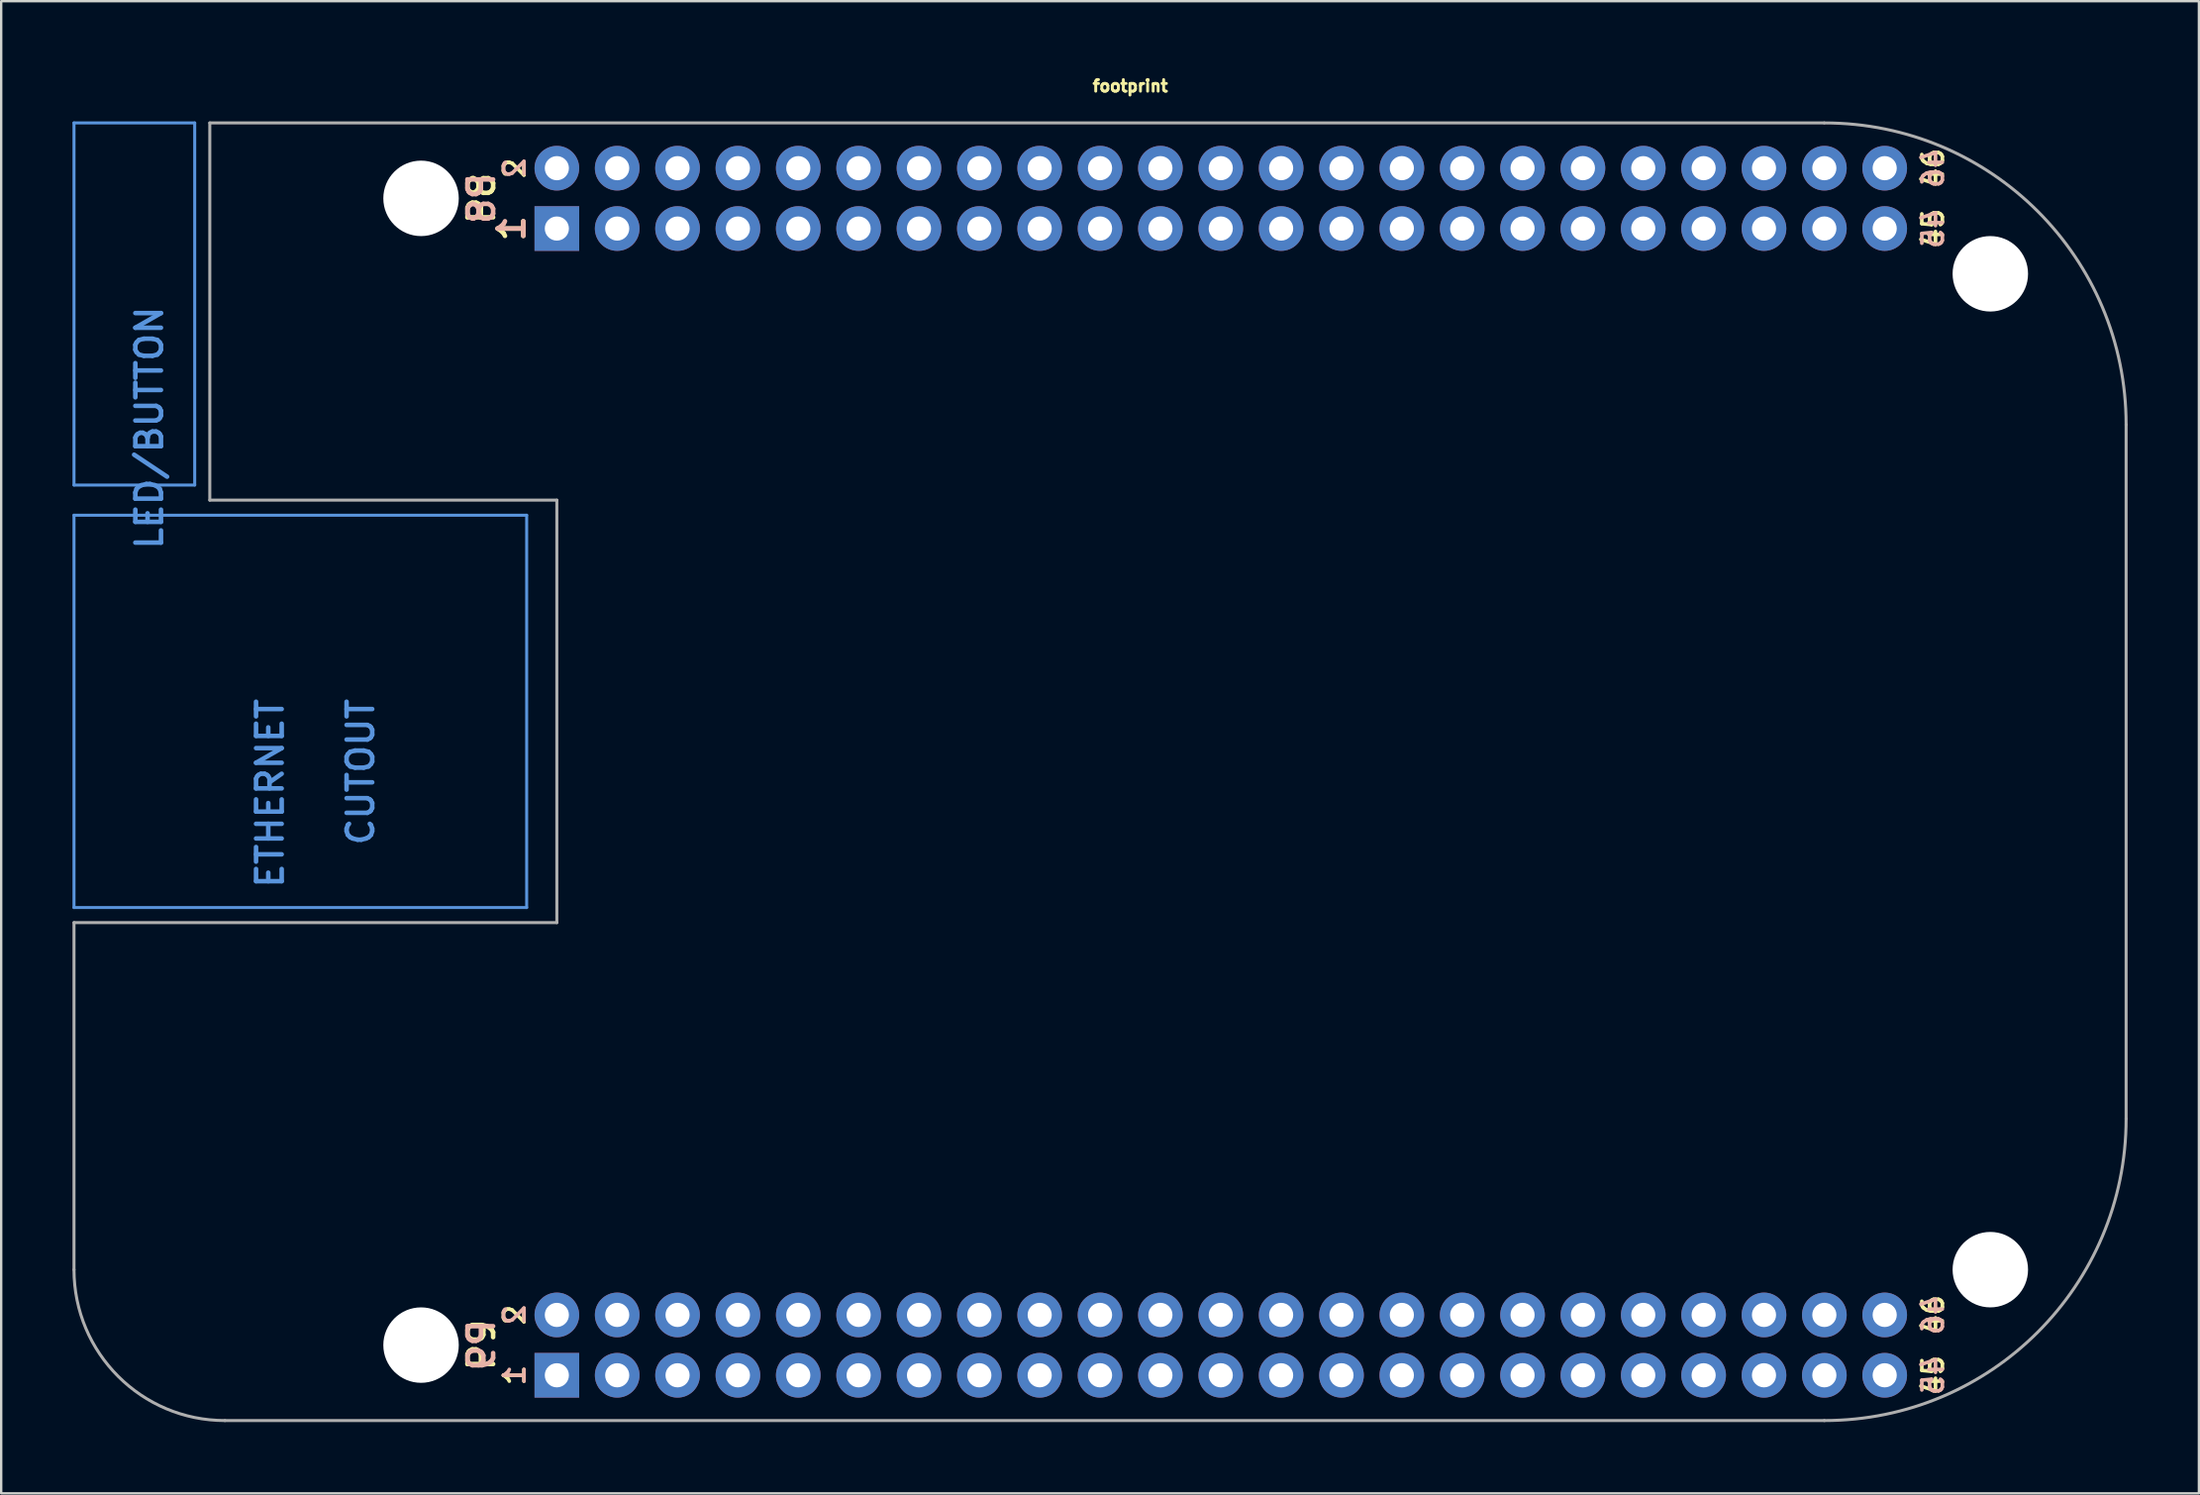
<source format=kicad_pcb>
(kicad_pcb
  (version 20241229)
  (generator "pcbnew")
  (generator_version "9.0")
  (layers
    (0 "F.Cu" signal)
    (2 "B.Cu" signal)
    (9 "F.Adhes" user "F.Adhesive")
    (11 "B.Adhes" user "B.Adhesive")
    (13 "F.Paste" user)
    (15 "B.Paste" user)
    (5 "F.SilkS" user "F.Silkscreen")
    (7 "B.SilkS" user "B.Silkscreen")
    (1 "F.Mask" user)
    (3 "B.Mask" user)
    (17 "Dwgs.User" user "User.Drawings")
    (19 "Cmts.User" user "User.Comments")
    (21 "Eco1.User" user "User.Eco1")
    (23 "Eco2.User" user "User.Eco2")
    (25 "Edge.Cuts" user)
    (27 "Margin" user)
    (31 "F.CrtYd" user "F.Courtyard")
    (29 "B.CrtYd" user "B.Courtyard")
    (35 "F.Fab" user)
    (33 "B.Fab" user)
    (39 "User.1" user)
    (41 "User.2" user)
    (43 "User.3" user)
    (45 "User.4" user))
  (footprint "footprint"
    (layer "F.Cu")
    (at 44.514 27.523)
    (property "Reference" "footprint" (at 0 -26.67 0) (layer "F.SilkS") (effects (font (size 0.488 0.488) (thickness 0.122)) (justify bottom)))
    (fp_line (start -44.45 -25.4) (end -44.45 -10.16) (stroke (width 0.127) (type solid)) (layer "Cmts.User"))
    (fp_line (start -44.45 -10.16) (end -39.37 -10.16) (stroke (width 0.127) (type solid)) (layer "Cmts.User"))
    (fp_line (start -44.45 -8.89) (end -44.45 7.62) (stroke (width 0.127) (type solid)) (layer "Cmts.User"))
    (fp_line (start -44.45 7.62) (end -25.4 7.62) (stroke (width 0.127) (type solid)) (layer "Cmts.User"))
    (fp_line (start -39.37 -25.4) (end -44.45 -25.4) (stroke (width 0.127) (type solid)) (layer "Cmts.User"))
    (fp_line (start -39.37 -10.16) (end -39.37 -25.4) (stroke (width 0.127) (type solid)) (layer "Cmts.User"))
    (fp_line (start -25.4 -8.89) (end -44.45 -8.89) (stroke (width 0.127) (type solid)) (layer "Cmts.User"))
    (fp_line (start -25.4 7.62) (end -25.4 -8.89) (stroke (width 0.127) (type solid)) (layer "Cmts.User"))
    (fp_line (start -44.45 8.255) (end -44.45 22.86) (stroke (width 0.127) (type solid)) (layer "F.Fab"))
    (fp_line (start -44.45 8.255) (end -24.13 8.255) (stroke (width 0.127) (type solid)) (layer "F.Fab"))
    (fp_line (start -38.735 -9.525) (end -38.735 -25.4) (stroke (width 0.127) (type solid)) (layer "F.Fab"))
    (fp_line (start -38.735 -9.525) (end -24.13 -9.525) (stroke (width 0.127) (type solid)) (layer "F.Fab"))
    (fp_line (start -38.1 29.21) (end 29.21 29.21) (stroke (width 0.127) (type solid)) (layer "F.Fab"))
    (fp_line (start -24.13 8.255) (end -24.13 -9.525) (stroke (width 0.127) (type solid)) (layer "F.Fab"))
    (fp_line (start 29.21 -25.4) (end -38.735 -25.4) (stroke (width 0.127) (type solid)) (layer "F.Fab"))
    (fp_line (start 41.91 16.51) (end 41.91 -12.7) (stroke (width 0.127) (type solid)) (layer "F.Fab"))
    (fp_arc (start -38.1 29.21) (mid -42.590128 27.350128) (end -44.45 22.86) (stroke (width 0.127) (type solid)) (layer "F.Fab"))
    (fp_arc (start 29.21 -25.4) (mid 38.190256 -21.680256) (end 41.91 -12.7) (stroke (width 0.127) (type solid)) (layer "F.Fab"))
    (fp_arc (start 41.91 16.51) (mid 38.190256 25.490256) (end 29.21 29.21) (stroke (width 0.127) (type solid)) (layer "F.Fab"))
    (fp_text user "1" (at -25.4 -20.955 90) (layer "F.SilkS") (effects (font (size 1.079 1.079) (thickness 0.191)) (justify bottom)))
    (fp_text user "2" (at -25.4 24.765 90) (layer "F.SilkS") (effects (font (size 0.864 0.864) (thickness 0.152)) (justify bottom)))
    (fp_text user "P9" (at -26.67 26.035 90) (layer "F.SilkS") (effects (font (size 1.079 1.079) (thickness 0.191)) (justify bottom)))
    (fp_text user "P8" (at -26.67 -22.225 90) (layer "F.SilkS") (effects (font (size 1.079 1.079) (thickness 0.191)) (justify bottom)))
    (fp_text user "1" (at -25.4 27.305 90) (layer "F.SilkS") (effects (font (size 0.864 0.864) (thickness 0.152)) (justify bottom)))
    (fp_text user "46" (at 34.29 -23.495 90) (layer "F.SilkS") (effects (font (size 0.864 0.864) (thickness 0.152)) (justify bottom)))
    (fp_text user "2" (at -25.4 -23.495 90) (layer "F.SilkS") (effects (font (size 0.864 0.864) (thickness 0.152)) (justify bottom)))
    (fp_text user "45" (at 34.29 -20.955 90) (layer "F.SilkS") (effects (font (size 0.864 0.864) (thickness 0.152)) (justify bottom)))
    (fp_text user "45" (at 34.29 27.305 90) (layer "F.SilkS") (effects (font (size 0.864 0.864) (thickness 0.152)) (justify bottom)))
    (fp_text user "46" (at 34.29 24.765 90) (layer "F.SilkS") (effects (font (size 0.864 0.864) (thickness 0.152)) (justify bottom)))
    (fp_text user "1" (at -25.4 -20.955 90) (layer "B.SilkS") (effects (font (size 1.079 1.079) (thickness 0.191)) (justify bottom mirror)))
    (fp_text user "P9" (at -26.67 26.035 90) (layer "B.SilkS") (effects (font (size 1.079 1.079) (thickness 0.191)) (justify bottom mirror)))
    (fp_text user "2" (at -25.4 -23.495 90) (layer "B.SilkS") (effects (font (size 0.864 0.864) (thickness 0.152)) (justify bottom mirror)))
    (fp_text user "2" (at -25.4 24.765 90) (layer "B.SilkS") (effects (font (size 0.864 0.864) (thickness 0.152)) (justify bottom mirror)))
    (fp_text user "46" (at 34.29 24.765 90) (layer "B.SilkS") (effects (font (size 0.864 0.864) (thickness 0.152)) (justify bottom mirror)))
    (fp_text user "46" (at 34.29 -23.495 90) (layer "B.SilkS") (effects (font (size 0.864 0.864) (thickness 0.152)) (justify bottom mirror)))
    (fp_text user "45" (at 34.29 27.305 90) (layer "B.SilkS") (effects (font (size 0.864 0.864) (thickness 0.152)) (justify bottom mirror)))
    (fp_text user "1" (at -25.4 27.305 90) (layer "B.SilkS") (effects (font (size 0.864 0.864) (thickness 0.152)) (justify bottom mirror)))
    (fp_text user "P8" (at -26.67 -22.225 90) (layer "B.SilkS") (effects (font (size 1.079 1.079) (thickness 0.191)) (justify bottom mirror)))
    (fp_text user "45" (at 34.29 -20.955 90) (layer "B.SilkS") (effects (font (size 0.864 0.864) (thickness 0.152)) (justify bottom mirror)))
    (fp_text user "LED/BUTTON" (at -41.91 -17.78 90) (layer "Cmts.User") (effects (font (size 1.079 1.079) (thickness 0.191)) (justify right top)))
    (fp_text user "CUTOUT" (at -33.02 -1.27 90) (layer "Cmts.User") (effects (font (size 1.079 1.079) (thickness 0.191)) (justify right top)))
    (fp_text user "ETHERNET" (at -36.83 -1.27 90) (layer "Cmts.User") (effects (font (size 1.079 1.079) (thickness 0.191)) (justify right top)))
    (pad "" np_thru_hole circle (at -29.845 -22.225) (size 3.175 3.175) (drill 3.175) (layers "*.Cu" "*.Mask"))
    (pad "" np_thru_hole circle (at -29.845 26.035) (size 3.175 3.175) (drill 3.175) (layers "*.Cu" "*.Mask"))
    (pad "" np_thru_hole circle (at 36.195 -19.05) (size 3.175 3.175) (drill 3.175) (layers "*.Cu" "*.Mask"))
    (pad "" np_thru_hole circle (at 36.195 22.86) (size 3.175 3.175) (drill 3.175) (layers "*.Cu" "*.Mask"))
    (pad "P8.1" thru_hole rect (at -24.13 -20.955) (size 1.88 1.88) (drill 1.016) (layers "*.Cu" "*.Mask"))
    (pad "P8.2" thru_hole circle (at -24.13 -23.495) (size 1.88 1.88) (drill 1.016) (layers "*.Cu" "*.Mask"))
    (pad "P8.3" thru_hole circle (at -21.59 -20.955) (size 1.88 1.88) (drill 1.016) (layers "*.Cu" "*.Mask"))
    (pad "P8.4" thru_hole circle (at -21.59 -23.495) (size 1.88 1.88) (drill 1.016) (layers "*.Cu" "*.Mask"))
    (pad "P8.5" thru_hole circle (at -19.05 -20.955) (size 1.88 1.88) (drill 1.016) (layers "*.Cu" "*.Mask"))
    (pad "P8.6" thru_hole circle (at -19.05 -23.495) (size 1.88 1.88) (drill 1.016) (layers "*.Cu" "*.Mask"))
    (pad "P8.7" thru_hole circle (at -16.51 -20.955) (size 1.88 1.88) (drill 1.016) (layers "*.Cu" "*.Mask"))
    (pad "P8.8" thru_hole circle (at -16.51 -23.495) (size 1.88 1.88) (drill 1.016) (layers "*.Cu" "*.Mask"))
    (pad "P8.9" thru_hole circle (at -13.97 -20.955) (size 1.88 1.88) (drill 1.016) (layers "*.Cu" "*.Mask"))
    (pad "P8.10" thru_hole circle (at -13.97 -23.495) (size 1.88 1.88) (drill 1.016) (layers "*.Cu" "*.Mask"))
    (pad "P8.11" thru_hole circle (at -11.43 -20.955) (size 1.88 1.88) (drill 1.016) (layers "*.Cu" "*.Mask"))
    (pad "P8.12" thru_hole circle (at -11.43 -23.495) (size 1.88 1.88) (drill 1.016) (layers "*.Cu" "*.Mask"))
    (pad "P8.13" thru_hole circle (at -8.89 -20.955) (size 1.88 1.88) (drill 1.016) (layers "*.Cu" "*.Mask"))
    (pad "P8.14" thru_hole circle (at -8.89 -23.495) (size 1.88 1.88) (drill 1.016) (layers "*.Cu" "*.Mask"))
    (pad "P8.15" thru_hole circle (at -6.35 -20.955) (size 1.88 1.88) (drill 1.016) (layers "*.Cu" "*.Mask"))
    (pad "P8.16" thru_hole circle (at -6.35 -23.495) (size 1.88 1.88) (drill 1.016) (layers "*.Cu" "*.Mask"))
    (pad "P8.17" thru_hole circle (at -3.81 -20.955) (size 1.88 1.88) (drill 1.016) (layers "*.Cu" "*.Mask"))
    (pad "P8.18" thru_hole circle (at -3.81 -23.495) (size 1.88 1.88) (drill 1.016) (layers "*.Cu" "*.Mask"))
    (pad "P8.19" thru_hole circle (at -1.27 -20.955) (size 1.88 1.88) (drill 1.016) (layers "*.Cu" "*.Mask"))
    (pad "P8.20" thru_hole circle (at -1.27 -23.495) (size 1.88 1.88) (drill 1.016) (layers "*.Cu" "*.Mask"))
    (pad "P8.21" thru_hole circle (at 1.27 -20.955) (size 1.88 1.88) (drill 1.016) (layers "*.Cu" "*.Mask"))
    (pad "P8.22" thru_hole circle (at 1.27 -23.495) (size 1.88 1.88) (drill 1.016) (layers "*.Cu" "*.Mask"))
    (pad "P8.23" thru_hole circle (at 3.81 -20.955) (size 1.88 1.88) (drill 1.016) (layers "*.Cu" "*.Mask"))
    (pad "P8.24" thru_hole circle (at 3.81 -23.495) (size 1.88 1.88) (drill 1.016) (layers "*.Cu" "*.Mask"))
    (pad "P8.25" thru_hole circle (at 6.35 -20.955) (size 1.88 1.88) (drill 1.016) (layers "*.Cu" "*.Mask"))
    (pad "P8.26" thru_hole circle (at 6.35 -23.495) (size 1.88 1.88) (drill 1.016) (layers "*.Cu" "*.Mask"))
    (pad "P8.27" thru_hole circle (at 8.89 -20.955) (size 1.88 1.88) (drill 1.016) (layers "*.Cu" "*.Mask"))
    (pad "P8.28" thru_hole circle (at 8.89 -23.495) (size 1.88 1.88) (drill 1.016) (layers "*.Cu" "*.Mask"))
    (pad "P8.29" thru_hole circle (at 11.43 -20.955) (size 1.88 1.88) (drill 1.016) (layers "*.Cu" "*.Mask"))
    (pad "P8.30" thru_hole circle (at 11.43 -23.495) (size 1.88 1.88) (drill 1.016) (layers "*.Cu" "*.Mask"))
    (pad "P8.31" thru_hole circle (at 13.97 -20.955) (size 1.88 1.88) (drill 1.016) (layers "*.Cu" "*.Mask"))
    (pad "P8.32" thru_hole circle (at 13.97 -23.495) (size 1.88 1.88) (drill 1.016) (layers "*.Cu" "*.Mask"))
    (pad "P8.33" thru_hole circle (at 16.51 -20.955) (size 1.88 1.88) (drill 1.016) (layers "*.Cu" "*.Mask"))
    (pad "P8.34" thru_hole circle (at 16.51 -23.495) (size 1.88 1.88) (drill 1.016) (layers "*.Cu" "*.Mask"))
    (pad "P8.35" thru_hole circle (at 19.05 -20.955) (size 1.88 1.88) (drill 1.016) (layers "*.Cu" "*.Mask"))
    (pad "P8.36" thru_hole circle (at 19.05 -23.495) (size 1.88 1.88) (drill 1.016) (layers "*.Cu" "*.Mask"))
    (pad "P8.37" thru_hole circle (at 21.59 -20.955) (size 1.88 1.88) (drill 1.016) (layers "*.Cu" "*.Mask"))
    (pad "P8.38" thru_hole circle (at 21.59 -23.495) (size 1.88 1.88) (drill 1.016) (layers "*.Cu" "*.Mask"))
    (pad "P8.39" thru_hole circle (at 24.13 -20.955) (size 1.88 1.88) (drill 1.016) (layers "*.Cu" "*.Mask"))
    (pad "P8.40" thru_hole circle (at 24.13 -23.495) (size 1.88 1.88) (drill 1.016) (layers "*.Cu" "*.Mask"))
    (pad "P8.41" thru_hole circle (at 26.67 -20.955) (size 1.88 1.88) (drill 1.016) (layers "*.Cu" "*.Mask"))
    (pad "P8.42" thru_hole circle (at 26.67 -23.495) (size 1.88 1.88) (drill 1.016) (layers "*.Cu" "*.Mask"))
    (pad "P8.43" thru_hole circle (at 29.21 -20.955) (size 1.88 1.88) (drill 1.016) (layers "*.Cu" "*.Mask"))
    (pad "P8.44" thru_hole circle (at 29.21 -23.495) (size 1.88 1.88) (drill 1.016) (layers "*.Cu" "*.Mask"))
    (pad "P8.45" thru_hole circle (at 31.75 -20.955) (size 1.88 1.88) (drill 1.016) (layers "*.Cu" "*.Mask"))
    (pad "P8.46" thru_hole circle (at 31.75 -23.495) (size 1.88 1.88) (drill 1.016) (layers "*.Cu" "*.Mask"))
    (pad "P9.1" thru_hole rect (at -24.13 27.305) (size 1.88 1.88) (drill 1.016) (layers "*.Cu" "*.Mask"))
    (pad "P9.2" thru_hole circle (at -24.13 24.765) (size 1.88 1.88) (drill 1.016) (layers "*.Cu" "*.Mask"))
    (pad "P9.3" thru_hole circle (at -21.59 27.305) (size 1.88 1.88) (drill 1.016) (layers "*.Cu" "*.Mask"))
    (pad "P9.4" thru_hole circle (at -21.59 24.765) (size 1.88 1.88) (drill 1.016) (layers "*.Cu" "*.Mask"))
    (pad "P9.5" thru_hole circle (at -19.05 27.305) (size 1.88 1.88) (drill 1.016) (layers "*.Cu" "*.Mask"))
    (pad "P9.6" thru_hole circle (at -19.05 24.765) (size 1.88 1.88) (drill 1.016) (layers "*.Cu" "*.Mask"))
    (pad "P9.7" thru_hole circle (at -16.51 27.305) (size 1.88 1.88) (drill 1.016) (layers "*.Cu" "*.Mask"))
    (pad "P9.8" thru_hole circle (at -16.51 24.765) (size 1.88 1.88) (drill 1.016) (layers "*.Cu" "*.Mask"))
    (pad "P9.9" thru_hole circle (at -13.97 27.305) (size 1.88 1.88) (drill 1.016) (layers "*.Cu" "*.Mask"))
    (pad "P9.10" thru_hole circle (at -13.97 24.765) (size 1.88 1.88) (drill 1.016) (layers "*.Cu" "*.Mask"))
    (pad "P9.11" thru_hole circle (at -11.43 27.305) (size 1.88 1.88) (drill 1.016) (layers "*.Cu" "*.Mask"))
    (pad "P9.12" thru_hole circle (at -11.43 24.765) (size 1.88 1.88) (drill 1.016) (layers "*.Cu" "*.Mask"))
    (pad "P9.13" thru_hole circle (at -8.89 27.305) (size 1.88 1.88) (drill 1.016) (layers "*.Cu" "*.Mask"))
    (pad "P9.14" thru_hole circle (at -8.89 24.765) (size 1.88 1.88) (drill 1.016) (layers "*.Cu" "*.Mask"))
    (pad "P9.15" thru_hole circle (at -6.35 27.305) (size 1.88 1.88) (drill 1.016) (layers "*.Cu" "*.Mask"))
    (pad "P9.16" thru_hole circle (at -6.35 24.765) (size 1.88 1.88) (drill 1.016) (layers "*.Cu" "*.Mask"))
    (pad "P9.17" thru_hole circle (at -3.81 27.305) (size 1.88 1.88) (drill 1.016) (layers "*.Cu" "*.Mask"))
    (pad "P9.18" thru_hole circle (at -3.81 24.765) (size 1.88 1.88) (drill 1.016) (layers "*.Cu" "*.Mask"))
    (pad "P9.19" thru_hole circle (at -1.27 27.305) (size 1.88 1.88) (drill 1.016) (layers "*.Cu" "*.Mask"))
    (pad "P9.20" thru_hole circle (at -1.27 24.765) (size 1.88 1.88) (drill 1.016) (layers "*.Cu" "*.Mask"))
    (pad "P9.21" thru_hole circle (at 1.27 27.305) (size 1.88 1.88) (drill 1.016) (layers "*.Cu" "*.Mask"))
    (pad "P9.22" thru_hole circle (at 1.27 24.765) (size 1.88 1.88) (drill 1.016) (layers "*.Cu" "*.Mask"))
    (pad "P9.23" thru_hole circle (at 3.81 27.305) (size 1.88 1.88) (drill 1.016) (layers "*.Cu" "*.Mask"))
    (pad "P9.24" thru_hole circle (at 3.81 24.765) (size 1.88 1.88) (drill 1.016) (layers "*.Cu" "*.Mask"))
    (pad "P9.25" thru_hole circle (at 6.35 27.305) (size 1.88 1.88) (drill 1.016) (layers "*.Cu" "*.Mask"))
    (pad "P9.26" thru_hole circle (at 6.35 24.765) (size 1.88 1.88) (drill 1.016) (layers "*.Cu" "*.Mask"))
    (pad "P9.27" thru_hole circle (at 8.89 27.305) (size 1.88 1.88) (drill 1.016) (layers "*.Cu" "*.Mask"))
    (pad "P9.28" thru_hole circle (at 8.89 24.765) (size 1.88 1.88) (drill 1.016) (layers "*.Cu" "*.Mask"))
    (pad "P9.29" thru_hole circle (at 11.43 27.305) (size 1.88 1.88) (drill 1.016) (layers "*.Cu" "*.Mask"))
    (pad "P9.30" thru_hole circle (at 11.43 24.765) (size 1.88 1.88) (drill 1.016) (layers "*.Cu" "*.Mask"))
    (pad "P9.31" thru_hole circle (at 13.97 27.305) (size 1.88 1.88) (drill 1.016) (layers "*.Cu" "*.Mask"))
    (pad "P9.32" thru_hole circle (at 13.97 24.765) (size 1.88 1.88) (drill 1.016) (layers "*.Cu" "*.Mask"))
    (pad "P9.33" thru_hole circle (at 16.51 27.305) (size 1.88 1.88) (drill 1.016) (layers "*.Cu" "*.Mask"))
    (pad "P9.34" thru_hole circle (at 16.51 24.765) (size 1.88 1.88) (drill 1.016) (layers "*.Cu" "*.Mask"))
    (pad "P9.35" thru_hole circle (at 19.05 27.305) (size 1.88 1.88) (drill 1.016) (layers "*.Cu" "*.Mask"))
    (pad "P9.36" thru_hole circle (at 19.05 24.765) (size 1.88 1.88) (drill 1.016) (layers "*.Cu" "*.Mask"))
    (pad "P9.37" thru_hole circle (at 21.59 27.305) (size 1.88 1.88) (drill 1.016) (layers "*.Cu" "*.Mask"))
    (pad "P9.38" thru_hole circle (at 21.59 24.765) (size 1.88 1.88) (drill 1.016) (layers "*.Cu" "*.Mask"))
    (pad "P9.39" thru_hole circle (at 24.13 27.305) (size 1.88 1.88) (drill 1.016) (layers "*.Cu" "*.Mask"))
    (pad "P9.40" thru_hole circle (at 24.13 24.765) (size 1.88 1.88) (drill 1.016) (layers "*.Cu" "*.Mask"))
    (pad "P9.41" thru_hole circle (at 26.67 27.305) (size 1.88 1.88) (drill 1.016) (layers "*.Cu" "*.Mask"))
    (pad "P9.42" thru_hole circle (at 26.67 24.765) (size 1.88 1.88) (drill 1.016) (layers "*.Cu" "*.Mask"))
    (pad "P9.43" thru_hole circle (at 29.21 27.305) (size 1.88 1.88) (drill 1.016) (layers "*.Cu" "*.Mask"))
    (pad "P9.44" thru_hole circle (at 29.21 24.765) (size 1.88 1.88) (drill 1.016) (layers "*.Cu" "*.Mask"))
    (pad "P9.45" thru_hole circle (at 31.75 27.305) (size 1.88 1.88) (drill 1.016) (layers "*.Cu" "*.Mask"))
    (pad "P9.46" thru_hole circle (at 31.75 24.765) (size 1.88 1.88) (drill 1.016) (layers "*.Cu" "*.Mask")))
  (gr_rect
    (start -3 -3)
    (end 89.487 59.797)
    (stroke (width 0.1) (type default))
    (fill no)
    (layer "Edge.Cuts")))
</source>
